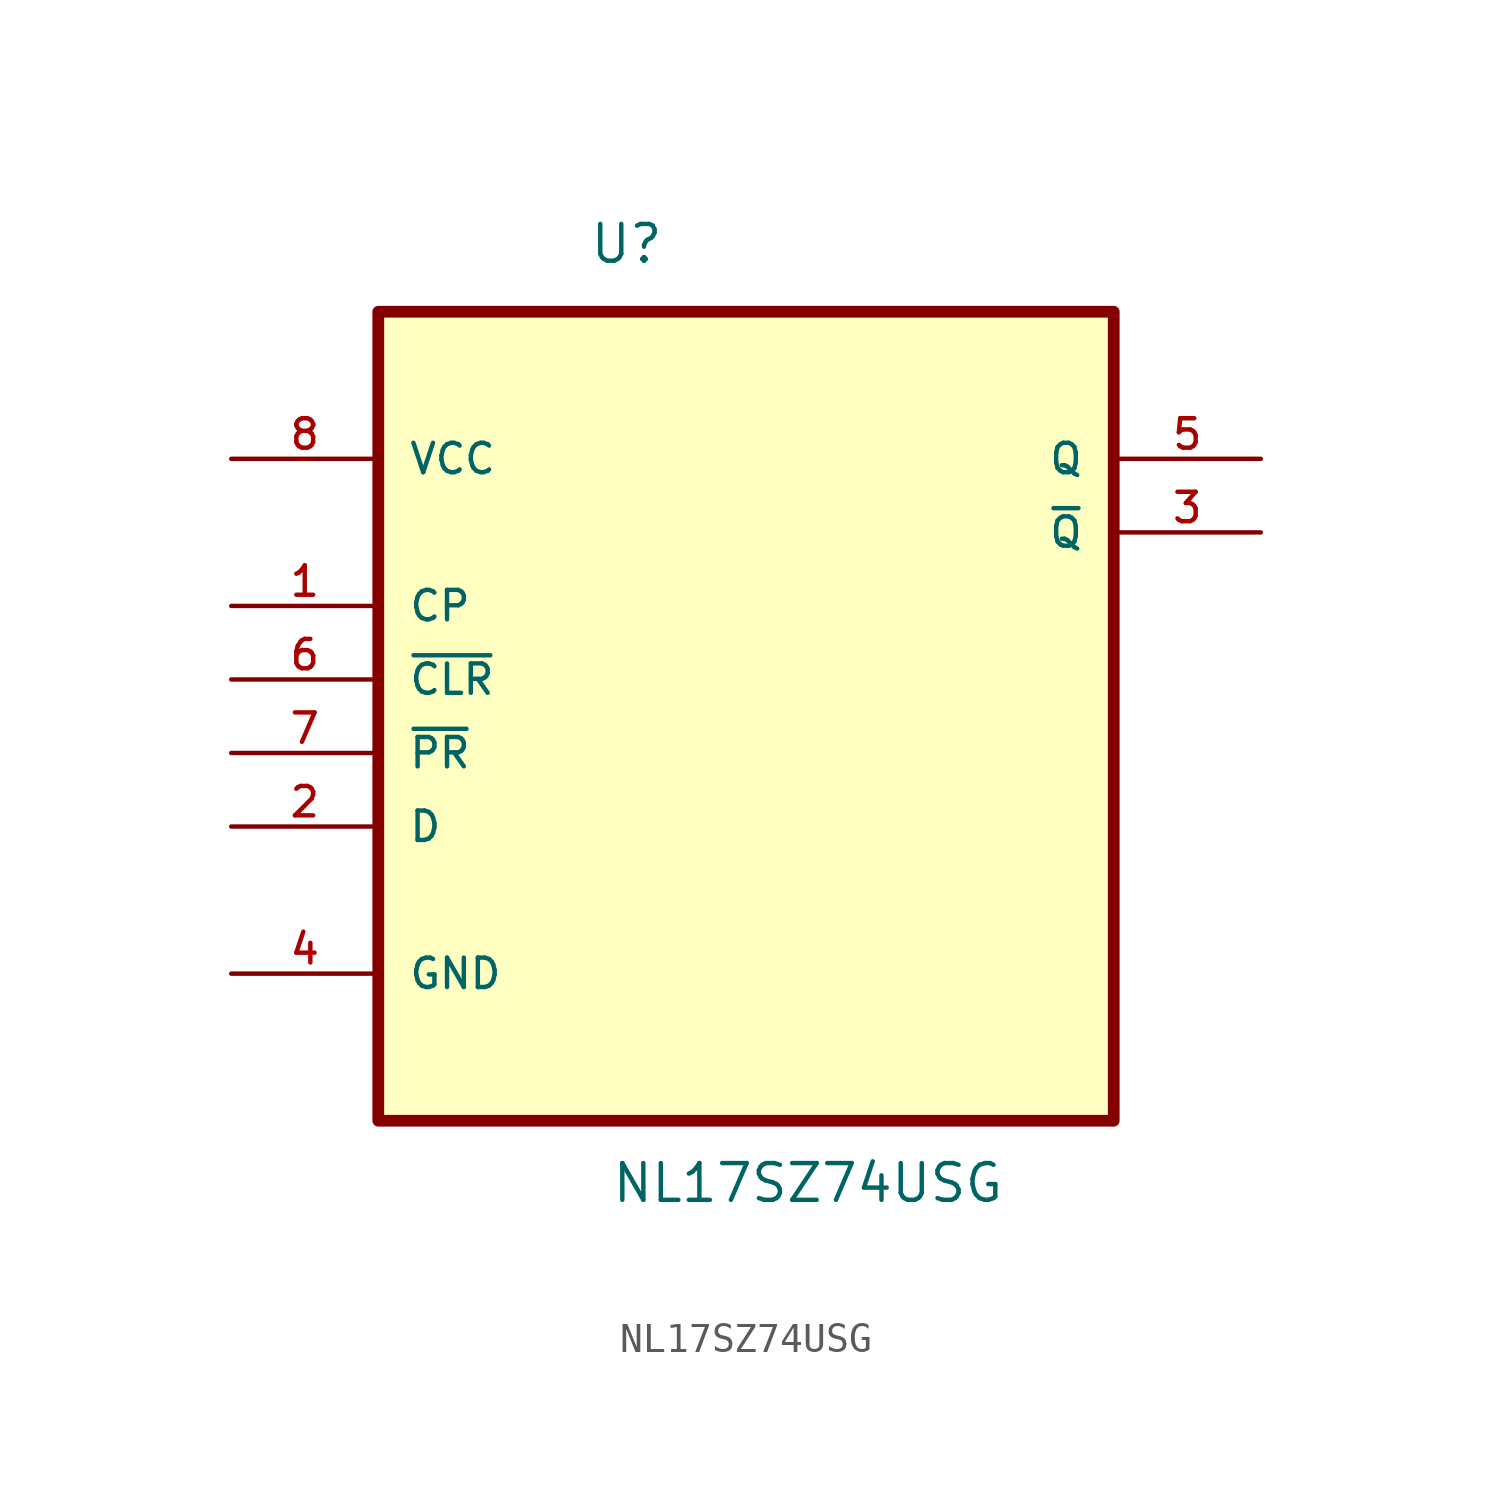
<source format=kicad_sym>
(kicad_symbol_lib
  (version 20211014)
  (generator kicad_symbol_editor)
  (symbol "NL17SZ74USG"
    (pin_names
      (offset 1.016))
    (property "Reference" "U"
      (at -5.436 11.76 0)
      (effects (font (size 1.27 1.27)) (justify left bottom)))
    (property "Value" "NL17SZ74USG"
      (at -4.674 -20.676 0)
      (effects (font (size 1.27 1.27)) (justify left bottom)))
    (property "ki_locked" ""
      (at 0 0 0)
      (effects (font (size 1.27 1.27))))
    (symbol "NL17SZ74USG_0_0"
      (rectangle (start -12.7 -17.78) (end 12.7 10.16) (stroke (width 0.406) (type default) (color 0 0 0 0)) (fill (type background)))
      (pin input line (at -17.78 0 0) (length 5.08) (name "CP" (effects (font (size 1.016 1.016)))) (number "1" (effects (font (size 1.016 1.016)))))
      (pin input line (at -17.78 -7.62 0) (length 5.08) (name "D" (effects (font (size 1.016 1.016)))) (number "2" (effects (font (size 1.016 1.016)))))
      (pin output line (at 17.78 2.54 180) (length 5.08) (name "~{Q}" (effects (font (size 1.016 1.016)))) (number "3" (effects (font (size 1.016 1.016)))))
      (pin passive line (at -17.78 -12.7 0) (length 5.08) (name "GND" (effects (font (size 1.016 1.016)))) (number "4" (effects (font (size 1.016 1.016)))))
      (pin output line (at 17.78 5.08 180) (length 5.08) (name "Q" (effects (font (size 1.016 1.016)))) (number "5" (effects (font (size 1.016 1.016)))))
      (pin input line (at -17.78 -2.54 0) (length 5.08) (name "~{CLR}" (effects (font (size 1.016 1.016)))) (number "6" (effects (font (size 1.016 1.016)))))
      (pin input line (at -17.78 -5.08 0) (length 5.08) (name "~{PR}" (effects (font (size 1.016 1.016)))) (number "7" (effects (font (size 1.016 1.016)))))
      (pin power_in line (at -17.78 5.08 0) (length 5.08) (name "VCC" (effects (font (size 1.016 1.016)))) (number "8" (effects (font (size 1.016 1.016))))))))
</source>
